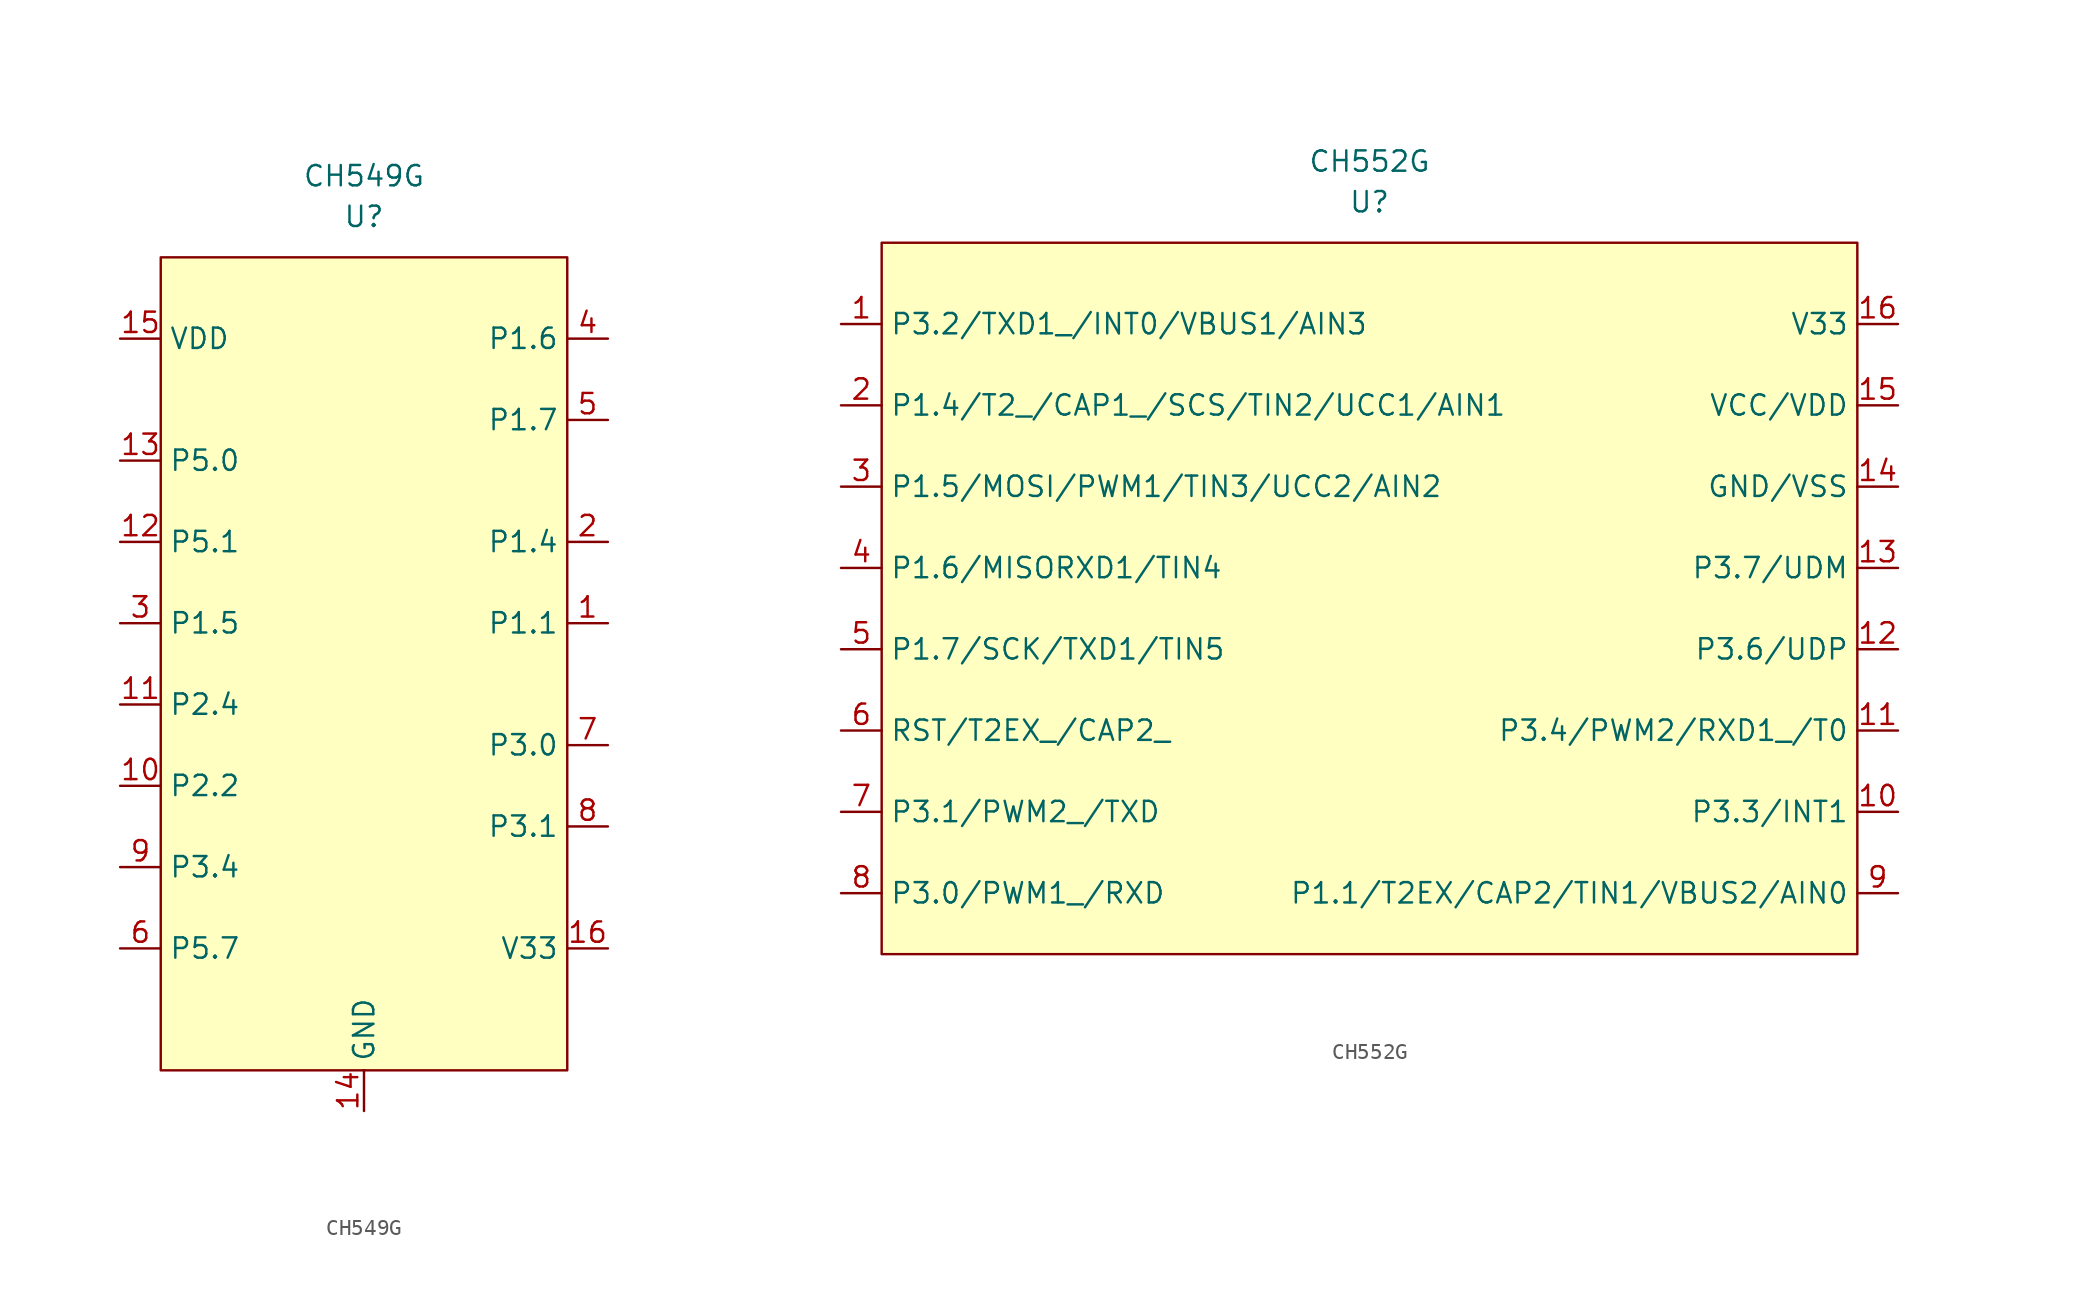
<source format=kicad_sym>
(kicad_symbol_lib
  (version 20241209)
  (generator "kicad_symbol_editor")
  (generator_version "9.0")
  (symbol "CH549G"
    (property "Reference" "U"
      (at 0 27.94 0)
      (effects (font (size 1.27 1.27))))
    (property "Value" "CH549G"
      (at 0 30.48 0)
      (effects (font (size 1.27 1.27))))
    (symbol "CH549G_0_1"
      (rectangle (start -12.7 25.4) (end 12.7 -25.4) (stroke (width 0.152) (type default)) (fill (type background))))
    (symbol "CH549G_1_1"
      (pin power_in line (at -15.24 20.32 0) (length 2.54) (name "VDD" (effects (font (size 1.27 1.27)))) (number "15" (effects (font (size 1.27 1.27)))))
      (pin bidirectional line (at -15.24 12.7 0) (length 2.54) (name "P5.0" (effects (font (size 1.27 1.27)))) (number "13" (effects (font (size 1.27 1.27)))) (alternate "DM" bidirectional line))
      (pin bidirectional line (at -15.24 7.62 0) (length 2.54) (name "P5.1" (effects (font (size 1.27 1.27)))) (number "12" (effects (font (size 1.27 1.27)))) (alternate "DP" bidirectional line))
      (pin bidirectional line (at -15.24 2.54 0) (length 2.54) (name "P1.5" (effects (font (size 1.27 1.27)))) (number "3" (effects (font (size 1.27 1.27)))) (alternate "AIN5" input line) (alternate "MOSI" output line) (alternate "PWM0" output line) (alternate "UCC2" bidirectional line))
      (pin bidirectional line (at -15.24 -2.54 0) (length 2.54) (name "P2.4" (effects (font (size 1.27 1.27)))) (number "11" (effects (font (size 1.27 1.27)))) (alternate "CAP1" input line) (alternate "PWM1" output line) (alternate "T2" bidirectional line))
      (pin bidirectional line (at -15.24 -7.62 0) (length 2.54) (name "P2.2" (effects (font (size 1.27 1.27)))) (number "10" (effects (font (size 1.27 1.27)))) (alternate "INT0" unspecified line) (alternate "PWM3" output line))
      (pin bidirectional line (at -15.24 -12.7 0) (length 2.54) (name "P3.4" (effects (font (size 1.27 1.27)))) (number "9" (effects (font (size 1.27 1.27)))) (alternate "T0" input line))
      (pin bidirectional line (at -15.24 -17.78 0) (length 2.54) (name "P5.7" (effects (font (size 1.27 1.27)))) (number "6" (effects (font (size 1.27 1.27)))) (alternate "RST" input line))
      (pin passive line (at 0 -27.94 90) (length 2.54) (name "GND" (effects (font (size 1.27 1.27)))) (number "14" (effects (font (size 1.27 1.27)))))
      (pin bidirectional line (at 15.24 20.32 180) (length 2.54) (name "P1.6" (effects (font (size 1.27 1.27)))) (number "4" (effects (font (size 1.27 1.27)))) (alternate "AIN6" input line) (alternate "MISO" input line) (alternate "RXD1" input line) (alternate "VBUS" input line))
      (pin bidirectional line (at 15.24 15.24 180) (length 2.54) (name "P1.7" (effects (font (size 1.27 1.27)))) (number "5" (effects (font (size 1.27 1.27)))) (alternate "AIN7" input line) (alternate "SCK" bidirectional line) (alternate "TXD1" output line))
      (pin bidirectional line (at 15.24 7.62 180) (length 2.54) (name "P1.4" (effects (font (size 1.27 1.27)))) (number "2" (effects (font (size 1.27 1.27)))) (alternate "AIN4" input line) (alternate "SCS" input line) (alternate "UCC1" bidirectional line))
      (pin bidirectional line (at 15.24 2.54 180) (length 2.54) (name "P1.1" (effects (font (size 1.27 1.27)))) (number "1" (effects (font (size 1.27 1.27)))) (alternate "AIN1" input line) (alternate "CAP2" input line) (alternate "T2EX" input line))
      (pin bidirectional line (at 15.24 -5.08 180) (length 2.54) (name "P3.0" (effects (font (size 1.27 1.27)))) (number "7" (effects (font (size 1.27 1.27)))) (alternate "RXD" input line))
      (pin bidirectional line (at 15.24 -10.16 180) (length 2.54) (name "P3.1" (effects (font (size 1.27 1.27)))) (number "8" (effects (font (size 1.27 1.27)))) (alternate "TXD" output line))
      (pin power_out line (at 15.24 -17.78 180) (length 2.54) (name "V33" (effects (font (size 1.27 1.27)))) (number "16" (effects (font (size 1.27 1.27)))))))
  (symbol "CH552G"
    (property "Reference" "U"
      (at 0 27.94 0)
      (effects (font (size 1.27 1.27))))
    (property "Value" "CH552G"
      (at 0 30.48 0)
      (effects (font (size 1.27 1.27))))
    (symbol "CH552G_0_1"
      (rectangle (start -30.48 25.4) (end 30.48 -19.05) (stroke (width 0.152) (type default)) (fill (type background))))
    (symbol "CH552G_1_1"
      (pin bidirectional line (at -33.02 20.32 0) (length 2.54) (name "P3.2/TXD1_/INT0/VBUS1/AIN3" (effects (font (size 1.27 1.27)))) (number "1" (effects (font (size 1.27 1.27)))) (alternate "AIN1" input line) (alternate "CAP2" input line) (alternate "T2EX" input line))
      (pin bidirectional line (at -33.02 15.24 0) (length 2.54) (name "P1.4/T2_/CAP1_/SCS/TIN2/UCC1/AIN1" (effects (font (size 1.27 1.27)))) (number "2" (effects (font (size 1.27 1.27)))) (alternate "AIN4" input line) (alternate "SCS" input line) (alternate "UCC1" bidirectional line))
      (pin bidirectional line (at -33.02 10.16 0) (length 2.54) (name "P1.5/MOSI/PWM1/TIN3/UCC2/AIN2" (effects (font (size 1.27 1.27)))) (number "3" (effects (font (size 1.27 1.27)))) (alternate "AIN5" input line) (alternate "MOSI" output line) (alternate "PWM0" output line) (alternate "UCC2" bidirectional line))
      (pin bidirectional line (at -33.02 5.08 0) (length 2.54) (name "P1.6/MISORXD1/TIN4" (effects (font (size 1.27 1.27)))) (number "4" (effects (font (size 1.27 1.27)))) (alternate "AIN6" input line) (alternate "MISO" input line) (alternate "RXD1" input line) (alternate "VBUS" input line))
      (pin bidirectional line (at -33.02 0 0) (length 2.54) (name "P1.7/SCK/TXD1/TIN5" (effects (font (size 1.27 1.27)))) (number "5" (effects (font (size 1.27 1.27)))) (alternate "AIN7" input line) (alternate "SCK" bidirectional line) (alternate "TXD1" output line))
      (pin bidirectional line (at -33.02 -5.08 0) (length 2.54) (name "RST/T2EX_/CAP2_" (effects (font (size 1.27 1.27)))) (number "6" (effects (font (size 1.27 1.27)))) (alternate "RST" input line))
      (pin bidirectional line (at -33.02 -10.16 0) (length 2.54) (name "P3.1/PWM2_/TXD" (effects (font (size 1.27 1.27)))) (number "7" (effects (font (size 1.27 1.27)))) (alternate "RXD" input line))
      (pin bidirectional line (at -33.02 -15.24 0) (length 2.54) (name "P3.0/PWM1_/RXD" (effects (font (size 1.27 1.27)))) (number "8" (effects (font (size 1.27 1.27)))) (alternate "TXD" output line))
      (pin power_out line (at 33.02 20.32 180) (length 2.54) (name "V33" (effects (font (size 1.27 1.27)))) (number "16" (effects (font (size 1.27 1.27)))))
      (pin power_in line (at 33.02 15.24 180) (length 2.54) (name "VCC/VDD" (effects (font (size 1.27 1.27)))) (number "15" (effects (font (size 1.27 1.27)))))
      (pin passive line (at 33.02 10.16 180) (length 2.54) (name "GND/VSS" (effects (font (size 1.27 1.27)))) (number "14" (effects (font (size 1.27 1.27)))))
      (pin bidirectional line (at 33.02 5.08 180) (length 2.54) (name "P3.7/UDM" (effects (font (size 1.27 1.27)))) (number "13" (effects (font (size 1.27 1.27)))) (alternate "DM" bidirectional line))
      (pin bidirectional line (at 33.02 0 180) (length 2.54) (name "P3.6/UDP" (effects (font (size 1.27 1.27)))) (number "12" (effects (font (size 1.27 1.27)))) (alternate "DP" bidirectional line))
      (pin bidirectional line (at 33.02 -5.08 180) (length 2.54) (name "P3.4/PWM2/RXD1_/T0" (effects (font (size 1.27 1.27)))) (number "11" (effects (font (size 1.27 1.27)))) (alternate "CAP1" input line) (alternate "PWM1" output line) (alternate "T2" bidirectional line))
      (pin bidirectional line (at 33.02 -10.16 180) (length 2.54) (name "P3.3/INT1" (effects (font (size 1.27 1.27)))) (number "10" (effects (font (size 1.27 1.27)))) (alternate "INT0" unspecified line) (alternate "PWM3" output line))
      (pin bidirectional line (at 33.02 -15.24 180) (length 2.54) (name "P1.1/T2EX/CAP2/TIN1/VBUS2/AIN0" (effects (font (size 1.27 1.27)))) (number "9" (effects (font (size 1.27 1.27)))) (alternate "T0" input line)))))
</source>
